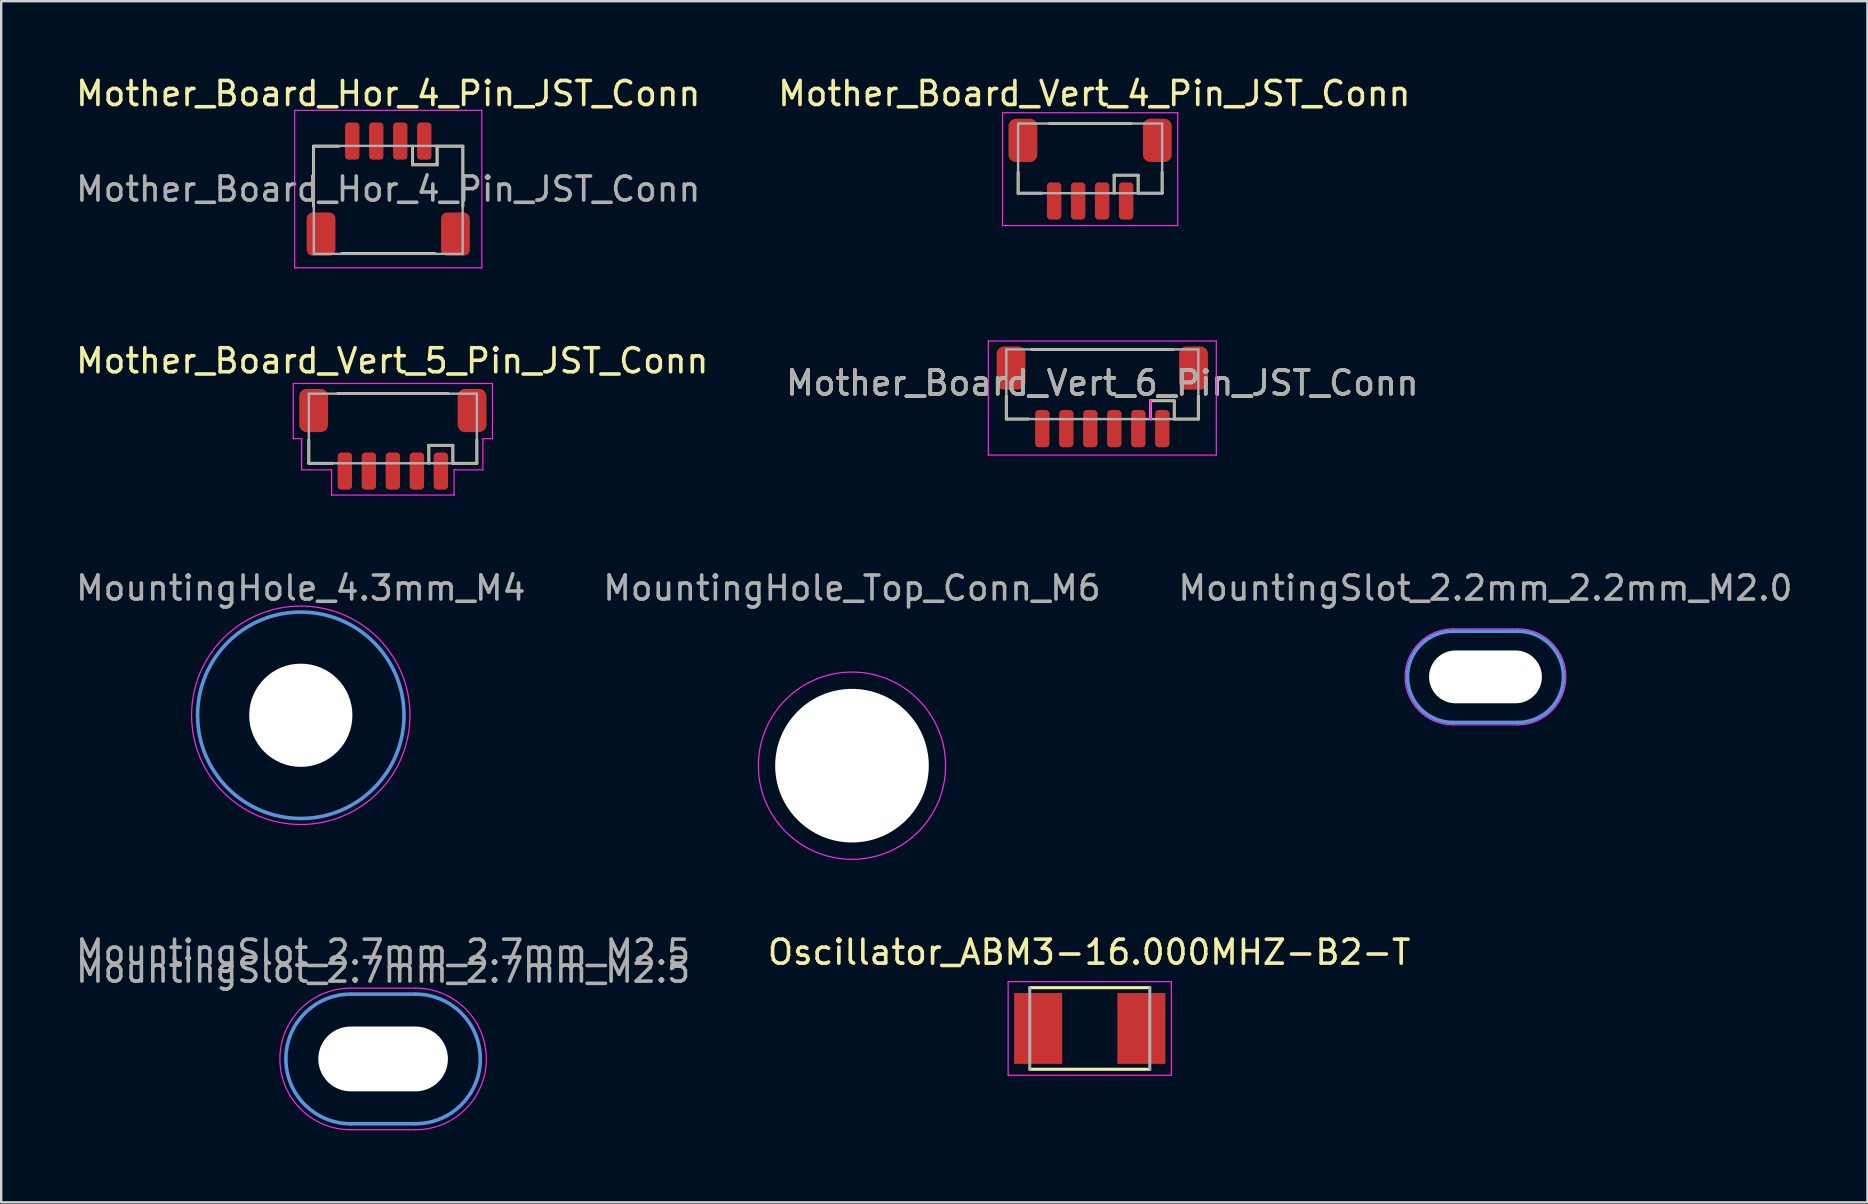
<source format=kicad_pcb>
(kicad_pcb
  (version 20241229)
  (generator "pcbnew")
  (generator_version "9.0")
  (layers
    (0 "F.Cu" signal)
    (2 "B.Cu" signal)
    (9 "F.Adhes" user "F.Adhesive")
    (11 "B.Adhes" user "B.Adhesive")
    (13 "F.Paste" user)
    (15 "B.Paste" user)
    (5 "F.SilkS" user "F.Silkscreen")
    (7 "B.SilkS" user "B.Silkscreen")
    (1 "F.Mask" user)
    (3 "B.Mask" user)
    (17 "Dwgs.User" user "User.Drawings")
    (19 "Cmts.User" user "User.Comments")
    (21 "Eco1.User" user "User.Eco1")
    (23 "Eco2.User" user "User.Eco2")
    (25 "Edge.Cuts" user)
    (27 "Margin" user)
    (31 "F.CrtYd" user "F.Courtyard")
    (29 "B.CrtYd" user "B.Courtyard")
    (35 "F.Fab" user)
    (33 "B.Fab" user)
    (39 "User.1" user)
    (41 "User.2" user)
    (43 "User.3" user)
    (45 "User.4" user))
  (footprint "Oscillator_ABM3-16.000MHZ-B2-T"
    (layer "F.Cu")
    (at 42.352 39.798)
    (property "Reference" "Oscillator_ABM3-16.000MHZ-B2-T" (at -0.025 -3.175 0) (layer "F.SilkS") (effects (font (size 1 1) (thickness 0.15))))
    (attr through_hole)
    (fp_line (start -2.5 -1.7) (end 2.5 -1.7) (stroke (width 0.127) (type solid)) (layer "F.SilkS"))
    (fp_line (start 2.5 1.7) (end -2.5 1.7) (stroke (width 0.127) (type solid)) (layer "F.SilkS"))
    (fp_line (start -3.4 -1.95) (end 3.4 -1.95) (stroke (width 0.05) (type solid)) (layer "F.CrtYd"))
    (fp_line (start -3.4 1.95) (end -3.4 -1.95) (stroke (width 0.05) (type solid)) (layer "F.CrtYd"))
    (fp_line (start 3.4 -1.95) (end 3.4 1.95) (stroke (width 0.05) (type solid)) (layer "F.CrtYd"))
    (fp_line (start 3.4 1.95) (end -3.4 1.95) (stroke (width 0.05) (type solid)) (layer "F.CrtYd"))
    (fp_line (start -2.5 1.7) (end -2.5 -1.7) (stroke (width 0.127) (type solid)) (layer "F.Fab"))
    (fp_line (start 2.5 -1.7) (end 2.5 1.7) (stroke (width 0.127) (type solid)) (layer "F.Fab"))
    (pad "1" smd rect (at -2.15 0) (size 2 2.95) (layers "F.Cu" "F.Mask" "F.Paste"))
    (pad "2" smd rect (at 2.15 0) (size 2 2.95) (layers "F.Cu" "F.Mask" "F.Paste")))
  (footprint "Mother_Board_Vert_5_Pin_JST_Conn"
    (layer "F.Cu")
    (at 13.317 14.802)
    (property "Reference" "Mother_Board_Vert_5_Pin_JST_Conn" (at -0.025 -2.82 0) (layer "F.SilkS") (effects (font (size 1 1) (thickness 0.15))))
    (attr smd)
    (fp_line (start -3.5 1.45) (end -3.5 0.475) (stroke (width 0.12) (type solid)) (layer "F.SilkS"))
    (fp_line (start -2.5 1.45) (end -3.5 1.45) (stroke (width 0.12) (type solid)) (layer "F.SilkS"))
    (fp_line (start 1.5 0.7) (end 1.5 1.45) (stroke (width 0.12) (type solid)) (layer "F.SilkS"))
    (fp_line (start 1.5 0.7) (end 2.5 0.7) (stroke (width 0.12) (type solid)) (layer "F.SilkS"))
    (fp_line (start 2.3 -1.455) (end -2.3 -1.455) (stroke (width 0.12) (type solid)) (layer "F.SilkS"))
    (fp_line (start 2.5 0.7) (end 2.5 1.45) (stroke (width 0.12) (type solid)) (layer "F.SilkS"))
    (fp_line (start 2.5 1.45) (end 3.5 1.45) (stroke (width 0.12) (type solid)) (layer "F.SilkS"))
    (fp_line (start 3.5 1.45) (end 3.5 0.475) (stroke (width 0.12) (type solid)) (layer "F.SilkS"))
    (fp_line (start -4.15 -1.875) (end 4.15 -1.875) (stroke (width 0.05) (type solid)) (layer "F.CrtYd"))
    (fp_line (start -4.15 0.425) (end -4.15 -1.875) (stroke (width 0.05) (type solid)) (layer "F.CrtYd"))
    (fp_line (start -3.8 0.425) (end -4.15 0.425) (stroke (width 0.05) (type solid)) (layer "F.CrtYd"))
    (fp_line (start -3.8 1.725) (end -3.8 0.425) (stroke (width 0.05) (type solid)) (layer "F.CrtYd"))
    (fp_line (start -2.55 1.725) (end -3.8 1.725) (stroke (width 0.05) (type solid)) (layer "F.CrtYd"))
    (fp_line (start -2.55 2.775) (end -2.55 1.725) (stroke (width 0.05) (type solid)) (layer "F.CrtYd"))
    (fp_line (start 2.55 1.725) (end 2.55 2.775) (stroke (width 0.05) (type solid)) (layer "F.CrtYd"))
    (fp_line (start 2.55 2.775) (end -2.55 2.775) (stroke (width 0.05) (type solid)) (layer "F.CrtYd"))
    (fp_line (start 3.75 0.425) (end 3.75 1.725) (stroke (width 0.05) (type solid)) (layer "F.CrtYd"))
    (fp_line (start 3.75 1.725) (end 2.55 1.725) (stroke (width 0.05) (type solid)) (layer "F.CrtYd"))
    (fp_line (start 4.15 -1.875) (end 4.15 0.425) (stroke (width 0.05) (type solid)) (layer "F.CrtYd"))
    (fp_line (start 4.15 0.425) (end 3.75 0.425) (stroke (width 0.05) (type solid)) (layer "F.CrtYd"))
    (fp_line (start -3.5 -1.45) (end 3.5 -1.45) (stroke (width 0.1) (type solid)) (layer "F.Fab"))
    (fp_line (start -3.5 1.45) (end -3.5 -1.45) (stroke (width 0.1) (type solid)) (layer "F.Fab"))
    (fp_line (start 1.5 0.7) (end 1.5 1.45) (stroke (width 0.1) (type solid)) (layer "F.Fab"))
    (fp_line (start 2.5 0.7) (end 1.5 0.7) (stroke (width 0.1) (type solid)) (layer "F.Fab"))
    (fp_line (start 2.5 0.7) (end 2.5 1.45) (stroke (width 0.1) (type solid)) (layer "F.Fab"))
    (fp_line (start 3.5 -1.45) (end 3.5 1.45) (stroke (width 0.1) (type solid)) (layer "F.Fab"))
    (fp_line (start 3.5 1.45) (end -3.5 1.45) (stroke (width 0.1) (type solid)) (layer "F.Fab"))
    (pad "1" smd roundrect (at 2 1.775 180) (size 0.6 1.55) (layers "F.Cu" "F.Mask" "F.Paste") (roundrect_rratio 0.25))
    (pad "2" smd roundrect (at 1 1.775 180) (size 0.6 1.55) (layers "F.Cu" "F.Mask" "F.Paste") (roundrect_rratio 0.25))
    (pad "3" smd roundrect (at 0 1.775 180) (size 0.6 1.55) (layers "F.Cu" "F.Mask" "F.Paste") (roundrect_rratio 0.25))
    (pad "4" smd roundrect (at -1 1.775 180) (size 0.6 1.55) (layers "F.Cu" "F.Mask" "F.Paste") (roundrect_rratio 0.25))
    (pad "5" smd roundrect (at -2 1.775 180) (size 0.6 1.55) (layers "F.Cu" "F.Mask" "F.Paste") (roundrect_rratio 0.25))
    (pad "MP" smd roundrect (at -3.3 -0.75 180) (size 1.2 1.8) (layers "F.Cu" "F.Mask" "F.Paste") (roundrect_rratio 0.25))
    (pad "MP" smd roundrect (at 3.3 -0.75 180) (size 1.2 1.8) (layers "F.Cu" "F.Mask" "F.Paste") (roundrect_rratio 0.25)))
  (footprint "Mother_Board_Vert_6_Pin_JST_Conn"
    (layer "F.Cu")
    (at 42.875 13.158)
    (property "Reference" "Mother_Board_Vert_6_Pin_JST_Conn" (at 0 -0.254 0) (layer "F.SilkS") (effects (font (size 1 1) (thickness 0.15))))
    (attr smd)
    (fp_line (start -4 1.25) (end -4 0.291) (stroke (width 0.12) (type solid)) (layer "F.SilkS"))
    (fp_line (start -4 1.25) (end -3.084 1.25) (stroke (width 0.12) (type solid)) (layer "F.SilkS"))
    (fp_line (start -2.95 -1.65) (end 2.95 -1.65) (stroke (width 0.12) (type solid)) (layer "F.SilkS"))
    (fp_line (start 2.007 0.488) (end 2.007 1.25) (stroke (width 0.12) (type solid)) (layer "F.SilkS"))
    (fp_line (start 2.997 0.488) (end 2.007 0.488) (stroke (width 0.12) (type solid)) (layer "F.SilkS"))
    (fp_line (start 2.997 0.488) (end 2.997 1.25) (stroke (width 0.12) (type solid)) (layer "F.SilkS"))
    (fp_line (start 4 1.25) (end 2.997 1.25) (stroke (width 0.12) (type solid)) (layer "F.SilkS"))
    (fp_line (start 4 1.25) (end 4 0.291) (stroke (width 0.12) (type solid)) (layer "F.SilkS"))
    (fp_line (start -4.75 -2) (end 4.75 -2) (stroke (width 0.05) (type solid)) (layer "F.CrtYd"))
    (fp_line (start -4.75 2.75) (end -4.75 -2) (stroke (width 0.05) (type solid)) (layer "F.CrtYd"))
    (fp_line (start 2.007 0.483) (end 2.007 1.245) (stroke (width 0.1) (type solid)) (layer "F.CrtYd"))
    (fp_line (start 4.75 -2) (end 4.75 2.75) (stroke (width 0.05) (type solid)) (layer "F.CrtYd"))
    (fp_line (start 4.75 2.75) (end -4.75 2.75) (stroke (width 0.05) (type solid)) (layer "F.CrtYd"))
    (fp_line (start -4 -1.65) (end 4 -1.65) (stroke (width 0.1) (type solid)) (layer "F.Fab"))
    (fp_line (start -4 1.25) (end -4 -1.65) (stroke (width 0.1) (type solid)) (layer "F.Fab"))
    (fp_line (start 2.997 0.483) (end 2.007 0.483) (stroke (width 0.1) (type solid)) (layer "F.Fab"))
    (fp_line (start 2.997 0.483) (end 2.997 1.245) (stroke (width 0.1) (type solid)) (layer "F.Fab"))
    (fp_line (start 4 -1.65) (end 4 1.25) (stroke (width 0.1) (type solid)) (layer "F.Fab"))
    (fp_line (start 4 1.25) (end -4 1.25) (stroke (width 0.1) (type solid)) (layer "F.Fab"))
    (fp_text user "${REFERENCE}" (at 0 -0.254 0) (layer "F.Fab") (effects (font (size 1 1) (thickness 0.15))))
    (pad "1" smd roundrect (at 2.5 1.65) (size 0.6 1.55) (layers "F.Cu" "F.Mask" "F.Paste") (roundrect_rratio 0.25))
    (pad "2" smd roundrect (at 1.5 1.65) (size 0.6 1.55) (layers "F.Cu" "F.Mask" "F.Paste") (roundrect_rratio 0.25))
    (pad "3" smd roundrect (at 0.5 1.65) (size 0.6 1.55) (layers "F.Cu" "F.Mask" "F.Paste") (roundrect_rratio 0.25))
    (pad "4" smd roundrect (at -0.5 1.65) (size 0.6 1.55) (layers "F.Cu" "F.Mask" "F.Paste") (roundrect_rratio 0.25))
    (pad "5" smd roundrect (at -1.5 1.65) (size 0.6 1.55) (layers "F.Cu" "F.Mask" "F.Paste") (roundrect_rratio 0.25))
    (pad "6" smd roundrect (at -2.5 1.65) (size 0.6 1.55) (layers "F.Cu" "F.Mask" "F.Paste") (roundrect_rratio 0.25))
    (pad "MP" smd roundrect (at -3.8 -0.875) (size 1.2 1.8) (layers "F.Cu" "F.Mask" "F.Paste") (roundrect_rratio 0.25))
    (pad "MP" smd roundrect (at 3.8 -0.875) (size 1.2 1.8) (layers "F.Cu" "F.Mask" "F.Paste") (roundrect_rratio 0.25)))
  (footprint "Mother_Board_Vert_4_Pin_JST_Conn"
    (layer "F.Cu")
    (at 42.367 3.998)
    (property "Reference" "Mother_Board_Vert_4_Pin_JST_Conn" (at 0.175 -3.15 0) (layer "F.SilkS") (effects (font (size 1 1) (thickness 0.15))))
    (attr through_hole)
    (fp_line (start -3 0.125) (end -3 1) (stroke (width 0.12) (type solid)) (layer "F.SilkS"))
    (fp_line (start -3 1) (end -2 1) (stroke (width 0.12) (type solid)) (layer "F.SilkS"))
    (fp_line (start -1.7 -1.9) (end 1.7 -1.9) (stroke (width 0.12) (type solid)) (layer "F.SilkS"))
    (fp_line (start 1 0.25) (end 1 1) (stroke (width 0.12) (type solid)) (layer "F.SilkS"))
    (fp_line (start 1 0.25) (end 2 0.25) (stroke (width 0.12) (type solid)) (layer "F.SilkS"))
    (fp_line (start 2 0.25) (end 2 1) (stroke (width 0.12) (type solid)) (layer "F.SilkS"))
    (fp_line (start 3 0.125) (end 3 1) (stroke (width 0.12) (type solid)) (layer "F.SilkS"))
    (fp_line (start 3 1) (end 2 1) (stroke (width 0.12) (type solid)) (layer "F.SilkS"))
    (fp_line (start -3.65 -2.35) (end 3.65 -2.35) (stroke (width 0.05) (type solid)) (layer "F.CrtYd"))
    (fp_line (start -3.65 2.35) (end -3.65 -2.35) (stroke (width 0.05) (type solid)) (layer "F.CrtYd"))
    (fp_line (start 3.65 -2.35) (end 3.65 2.35) (stroke (width 0.05) (type solid)) (layer "F.CrtYd"))
    (fp_line (start 3.65 2.35) (end -3.65 2.35) (stroke (width 0.05) (type solid)) (layer "F.CrtYd"))
    (fp_line (start -3 -1.9) (end 3 -1.9) (stroke (width 0.1) (type solid)) (layer "F.Fab"))
    (fp_line (start -3 1) (end -3 -1.9) (stroke (width 0.1) (type solid)) (layer "F.Fab"))
    (fp_line (start 1 0.25) (end 1 1) (stroke (width 0.1) (type solid)) (layer "F.Fab"))
    (fp_line (start 2 0.25) (end 1 0.25) (stroke (width 0.1) (type solid)) (layer "F.Fab"))
    (fp_line (start 2 0.25) (end 2 1) (stroke (width 0.1) (type solid)) (layer "F.Fab"))
    (fp_line (start 3 -1.9) (end 3 1) (stroke (width 0.1) (type solid)) (layer "F.Fab"))
    (fp_line (start 3 1) (end -3 1) (stroke (width 0.1) (type solid)) (layer "F.Fab"))
    (pad "1" smd roundrect (at 1.5 1.325) (size 0.6 1.55) (layers "F.Cu" "F.Mask" "F.Paste") (roundrect_rratio 0.25))
    (pad "2" smd roundrect (at 0.5 1.325) (size 0.6 1.55) (layers "F.Cu" "F.Mask" "F.Paste") (roundrect_rratio 0.25))
    (pad "3" smd roundrect (at -0.5 1.325) (size 0.6 1.55) (layers "F.Cu" "F.Mask" "F.Paste") (roundrect_rratio 0.25))
    (pad "4" smd roundrect (at -1.5 1.325) (size 0.6 1.55) (layers "F.Cu" "F.Mask" "F.Paste") (roundrect_rratio 0.25))
    (pad "MP" smd roundrect (at -2.8 -1.2) (size 1.2 1.8) (layers "F.Cu" "F.Mask" "F.Paste") (roundrect_rratio 0.25))
    (pad "MP" smd roundrect (at 2.8 -1.2) (size 1.2 1.8) (layers "F.Cu" "F.Mask" "F.Paste") (roundrect_rratio 0.25)))
  (footprint "MountingHole_Top_Conn_M6"
    (layer "F.Cu")
    (at 32.446 28.85)
    (property "Reference" "MountingHole_Top_Conn_M6" (at 0 -7.4 0) (layer "F.Fab") (effects (font (size 1 1) (thickness 0.15))))
    (attr through_hole)
    (fp_circle (center 0 0) (end 3.9 0) (stroke (width 0.05) (type solid)) (fill no) (layer "F.CrtYd"))
    (pad "" np_thru_hole circle (at 0 0) (size 6.4 6.4) (drill 6.4) (layers "*.Cu" "*.Mask")))
  (footprint "MountingSlot_2.2mm_2.2mm_M2.0"
    (layer "F.Cu")
    (at 58.839 25.15)
    (property "Reference" "MountingSlot_2.2mm_2.2mm_M2.0" (at 0 -3.7 0) (layer "F.Fab") (effects (font (size 1 1) (thickness 0.15))))
    (attr exclude_from_pos_files exclude_from_bom)
    (fp_line (start -1.35 -1.9) (end 1.35 -1.9) (stroke (width 0.15) (type solid)) (layer "Cmts.User"))
    (fp_line (start -1.35 1.9) (end 1.35 1.9) (stroke (width 0.15) (type solid)) (layer "Cmts.User"))
    (fp_arc (start -1.35 1.9) (mid -3.25 0) (end -1.35 -1.9) (stroke (width 0.15) (type solid)) (layer "Cmts.User"))
    (fp_arc (start 1.35 -1.9) (mid 3.25 0) (end 1.35 1.9) (stroke (width 0.15) (type solid)) (layer "Cmts.User"))
    (fp_line (start -1.35 -2) (end 1.35 -2) (stroke (width 0.05) (type solid)) (layer "F.CrtYd"))
    (fp_line (start -1.35 2) (end 1.35 2) (stroke (width 0.05) (type solid)) (layer "F.CrtYd"))
    (fp_arc (start -1.35 2) (mid -3.35 0) (end -1.35 -2) (stroke (width 0.05) (type solid)) (layer "F.CrtYd"))
    (fp_arc (start 1.35 -2) (mid 3.35 0) (end 1.35 2) (stroke (width 0.05) (type solid)) (layer "F.CrtYd"))
    (pad "" np_thru_hole oval (at 0 0) (size 4.7 2.2) (drill oval 4.7 2.2) (layers "*.Cu" "*.Mask")))
  (footprint "MountingSlot_2.7mm_2.7mm_M2.5"
    (layer "F.Cu")
    (at 12.911 41.068)
    (property "Reference" "MountingSlot_2.7mm_2.7mm_M2.5" (at 0 -3.7 0) (layer "F.Fab") (effects (font (size 1 1) (thickness 0.15))))
    (attr exclude_from_pos_files exclude_from_bom)
    (fp_line (start -1.35 -2.7) (end 1.35 -2.7) (stroke (width 0.15) (type solid)) (layer "Cmts.User"))
    (fp_line (start -1.35 2.7) (end 1.35 2.7) (stroke (width 0.15) (type solid)) (layer "Cmts.User"))
    (fp_arc (start -1.35 2.7) (mid -4.05 0) (end -1.35 -2.7) (stroke (width 0.15) (type solid)) (layer "Cmts.User"))
    (fp_arc (start 1.35 -2.7) (mid 4.05 0) (end 1.35 2.7) (stroke (width 0.15) (type solid)) (layer "Cmts.User"))
    (fp_line (start -1.35 -2.95) (end 1.35 -2.95) (stroke (width 0.05) (type solid)) (layer "F.CrtYd"))
    (fp_line (start -1.35 2.95) (end 1.35 2.95) (stroke (width 0.05) (type solid)) (layer "F.CrtYd"))
    (fp_arc (start -1.35 2.95) (mid -4.3 0) (end -1.35 -2.95) (stroke (width 0.05) (type solid)) (layer "F.CrtYd"))
    (fp_arc (start 1.35 -2.95) (mid 4.3 0) (end 1.35 2.95) (stroke (width 0.05) (type solid)) (layer "F.CrtYd"))
    (fp_text user "${REFERENCE}" (at 0 -4.445 0) (layer "F.Fab") (effects (font (size 1 1) (thickness 0.15))))
    (pad "" np_thru_hole oval (at 0 0) (size 5.4 2.7) (drill oval 5.4 2.7) (layers "*.Cu" "*.Mask")))
  (footprint "Mother_Board_Hor_4_Pin_JST_Conn"
    (layer "F.Cu")
    (at 13.125 4.828)
    (property "Reference" "Mother_Board_Hor_4_Pin_JST_Conn" (at 0 -3.98 0) (layer "F.SilkS") (effects (font (size 1 1) (thickness 0.15))))
    (attr smd)
    (fp_line (start -3.11 -1.785) (end -2.06 -1.785) (stroke (width 0.12) (type solid)) (layer "F.SilkS"))
    (fp_line (start -3.11 0.715) (end -3.11 -1.785) (stroke (width 0.12) (type solid)) (layer "F.SilkS"))
    (fp_line (start -1.94 2.685) (end 1.94 2.685) (stroke (width 0.12) (type solid)) (layer "F.SilkS"))
    (fp_line (start 1.01 -1.778) (end 1.01 -1.016) (stroke (width 0.12) (type solid)) (layer "F.SilkS"))
    (fp_line (start 1.01 -1.016) (end 2.032 -1.016) (stroke (width 0.12) (type solid)) (layer "F.SilkS"))
    (fp_line (start 2.032 -1.785) (end 2.032 -1.016) (stroke (width 0.12) (type solid)) (layer "F.SilkS"))
    (fp_line (start 3.11 -1.785) (end 2.032 -1.785) (stroke (width 0.12) (type solid)) (layer "F.SilkS"))
    (fp_line (start 3.11 0.715) (end 3.11 -1.785) (stroke (width 0.12) (type solid)) (layer "F.SilkS"))
    (fp_line (start -3.9 -3.28) (end -3.9 3.28) (stroke (width 0.05) (type solid)) (layer "F.CrtYd"))
    (fp_line (start -3.9 3.28) (end 3.9 3.28) (stroke (width 0.05) (type solid)) (layer "F.CrtYd"))
    (fp_line (start 3.9 -3.28) (end -3.9 -3.28) (stroke (width 0.05) (type solid)) (layer "F.CrtYd"))
    (fp_line (start 3.9 3.28) (end 3.9 -3.28) (stroke (width 0.05) (type solid)) (layer "F.CrtYd"))
    (fp_line (start -3.1 -1.8) (end -3.1 2.7) (stroke (width 0.1) (type solid)) (layer "F.Fab"))
    (fp_line (start -3.1 -1.8) (end 3.1 -1.8) (stroke (width 0.1) (type solid)) (layer "F.Fab"))
    (fp_line (start -3.1 2.7) (end 3.1 2.7) (stroke (width 0.1) (type solid)) (layer "F.Fab"))
    (fp_line (start 1 -1.8) (end 1 -1) (stroke (width 0.1) (type solid)) (layer "F.Fab"))
    (fp_line (start 1 -1) (end 2.05 -1) (stroke (width 0.1) (type solid)) (layer "F.Fab"))
    (fp_line (start 2.05 -1) (end 2.05 -1.8) (stroke (width 0.1) (type solid)) (layer "F.Fab"))
    (fp_line (start 3.1 -1.8) (end 3.1 2.7) (stroke (width 0.1) (type solid)) (layer "F.Fab"))
    (fp_text user "${REFERENCE}" (at 0 0 0) (layer "F.Fab") (effects (font (size 1 1) (thickness 0.15))))
    (pad "1" smd roundrect (at 1.5 -2) (size 0.6 1.55) (layers "F.Cu" "F.Mask" "F.Paste") (roundrect_rratio 0.25))
    (pad "2" smd roundrect (at 0.5 -2) (size 0.6 1.55) (layers "F.Cu" "F.Mask" "F.Paste") (roundrect_rratio 0.25))
    (pad "3" smd roundrect (at -0.5 -2) (size 0.6 1.55) (layers "F.Cu" "F.Mask" "F.Paste") (roundrect_rratio 0.25))
    (pad "4" smd roundrect (at -1.5 -2) (size 0.6 1.55) (layers "F.Cu" "F.Mask" "F.Paste") (roundrect_rratio 0.25))
    (pad "MP" smd roundrect (at -2.8 1.875) (size 1.2 1.8) (layers "F.Cu" "F.Mask" "F.Paste") (roundrect_rratio 0.208))
    (pad "MP" smd roundrect (at 2.8 1.875) (size 1.2 1.8) (layers "F.Cu" "F.Mask" "F.Paste") (roundrect_rratio 0.208)))
  (footprint "MountingHole_4.3mm_M4"
    (layer "F.Cu")
    (at 9.482 26.75)
    (property "Reference" "MountingHole_4.3mm_M4" (at 0 -5.3 0) (layer "F.Fab") (effects (font (size 1 1) (thickness 0.15))))
    (attr through_hole)
    (fp_circle (center 0 0) (end 4.3 0) (stroke (width 0.15) (type solid)) (fill no) (layer "Cmts.User"))
    (fp_circle (center 0 0) (end 4.55 0) (stroke (width 0.05) (type solid)) (fill no) (layer "F.CrtYd"))
    (pad "" np_thru_hole circle (at 0 0) (size 4.3 4.3) (drill 4.3) (layers "*.Cu" "*.Mask")))
  (gr_rect
    (start -3 -3)
    (end 74.75 47.043)
    (stroke (width 0.1) (type default))
    (fill no)
    (layer "Edge.Cuts")))
</source>
